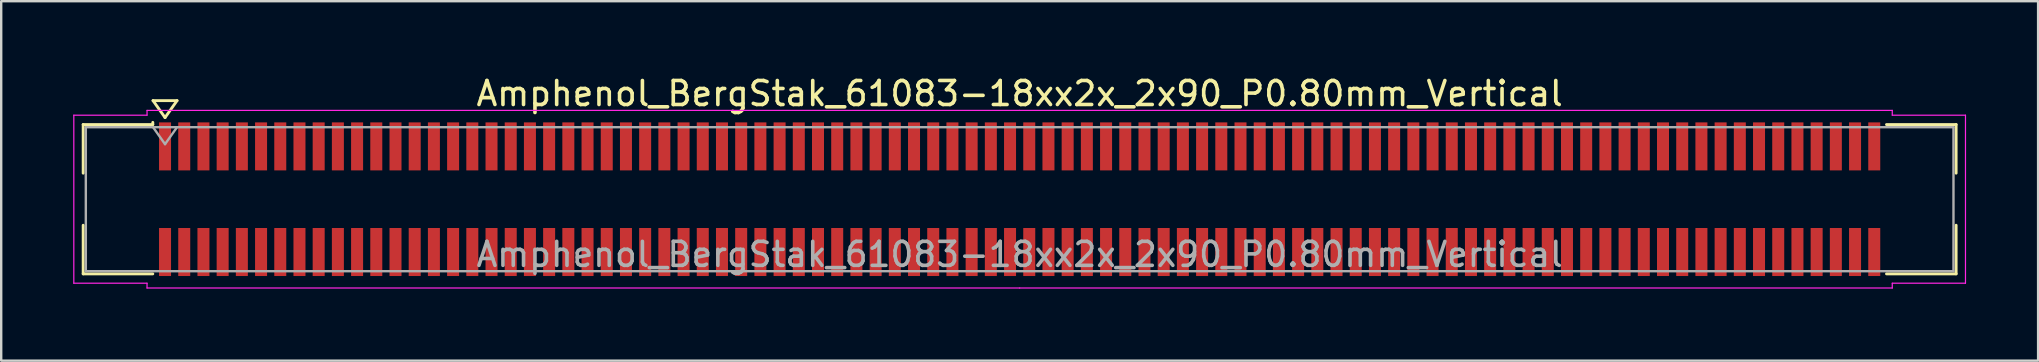
<source format=kicad_pcb>
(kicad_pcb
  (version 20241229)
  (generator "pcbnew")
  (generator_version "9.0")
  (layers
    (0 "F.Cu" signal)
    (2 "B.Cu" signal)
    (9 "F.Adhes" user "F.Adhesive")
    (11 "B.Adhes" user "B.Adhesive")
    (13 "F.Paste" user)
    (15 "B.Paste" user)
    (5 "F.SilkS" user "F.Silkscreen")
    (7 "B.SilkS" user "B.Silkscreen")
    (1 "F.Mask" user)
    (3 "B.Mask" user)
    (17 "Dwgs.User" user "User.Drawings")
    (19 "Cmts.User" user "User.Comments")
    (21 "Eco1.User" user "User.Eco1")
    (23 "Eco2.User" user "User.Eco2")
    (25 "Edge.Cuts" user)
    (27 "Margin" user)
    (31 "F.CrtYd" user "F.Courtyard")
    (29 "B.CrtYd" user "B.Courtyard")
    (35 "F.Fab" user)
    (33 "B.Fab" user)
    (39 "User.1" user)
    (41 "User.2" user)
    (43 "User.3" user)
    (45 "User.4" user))
  (footprint "Amphenol_BergStak_61083-18xx2x_2x90_P0.80mm_Vertical"
    (layer "F.Cu")
    (at 39.425 5.248)
    (property "Reference" "Amphenol_BergStak_61083-18xx2x_2x90_P0.80mm_Vertical" (at 0 -4.4 0) (layer "F.SilkS") (effects (font (size 1 1) (thickness 0.15))))
    (attr smd)
    (fp_line (start -39.01 -3.11) (end -36.11 -3.11) (stroke (width 0.12) (type solid)) (layer "F.SilkS"))
    (fp_line (start -39.01 -1.085) (end -39.01 -3.11) (stroke (width 0.12) (type solid)) (layer "F.SilkS"))
    (fp_line (start -39.01 1.085) (end -39.01 3.11) (stroke (width 0.12) (type solid)) (layer "F.SilkS"))
    (fp_line (start -39.01 3.11) (end -36.11 3.11) (stroke (width 0.12) (type solid)) (layer "F.SilkS"))
    (fp_line (start -36.11 -3.11) (end -36.11 -3.2) (stroke (width 0.12) (type solid)) (layer "F.SilkS"))
    (fp_line (start -36.1 -4.107) (end -35.6 -3.4) (stroke (width 0.12) (type solid)) (layer "F.SilkS"))
    (fp_line (start -35.6 -3.4) (end -35.1 -4.107) (stroke (width 0.12) (type solid)) (layer "F.SilkS"))
    (fp_line (start -35.1 -4.107) (end -36.1 -4.107) (stroke (width 0.12) (type solid)) (layer "F.SilkS"))
    (fp_line (start 39.01 -3.11) (end 36.11 -3.11) (stroke (width 0.12) (type solid)) (layer "F.SilkS"))
    (fp_line (start 39.01 -1.085) (end 39.01 -3.11) (stroke (width 0.12) (type solid)) (layer "F.SilkS"))
    (fp_line (start 39.01 1.085) (end 39.01 3.11) (stroke (width 0.12) (type solid)) (layer "F.SilkS"))
    (fp_line (start 39.01 3.11) (end 36.11 3.11) (stroke (width 0.12) (type solid)) (layer "F.SilkS"))
    (fp_line (start -39.4 -3.5) (end -39.4 3.5) (stroke (width 0.05) (type solid)) (layer "F.CrtYd"))
    (fp_line (start -39.4 3.5) (end -36.35 3.5) (stroke (width 0.05) (type solid)) (layer "F.CrtYd"))
    (fp_line (start -36.35 -3.7) (end -36.35 -3.5) (stroke (width 0.05) (type solid)) (layer "F.CrtYd"))
    (fp_line (start -36.35 -3.5) (end -39.4 -3.5) (stroke (width 0.05) (type solid)) (layer "F.CrtYd"))
    (fp_line (start -36.35 3.5) (end -36.35 3.7) (stroke (width 0.05) (type solid)) (layer "F.CrtYd"))
    (fp_line (start -36.35 3.7) (end 0 3.7) (stroke (width 0.05) (type solid)) (layer "F.CrtYd"))
    (fp_line (start 0 -3.7) (end -36.35 -3.7) (stroke (width 0.05) (type solid)) (layer "F.CrtYd"))
    (fp_line (start 0 -3.7) (end 36.35 -3.7) (stroke (width 0.05) (type solid)) (layer "F.CrtYd"))
    (fp_line (start 36.35 -3.7) (end 36.35 -3.5) (stroke (width 0.05) (type solid)) (layer "F.CrtYd"))
    (fp_line (start 36.35 -3.5) (end 39.4 -3.5) (stroke (width 0.05) (type solid)) (layer "F.CrtYd"))
    (fp_line (start 36.35 3.5) (end 36.35 3.7) (stroke (width 0.05) (type solid)) (layer "F.CrtYd"))
    (fp_line (start 36.35 3.7) (end 0 3.7) (stroke (width 0.05) (type solid)) (layer "F.CrtYd"))
    (fp_line (start 39.4 -3.5) (end 39.4 3.5) (stroke (width 0.05) (type solid)) (layer "F.CrtYd"))
    (fp_line (start 39.4 3.5) (end 36.35 3.5) (stroke (width 0.05) (type solid)) (layer "F.CrtYd"))
    (fp_line (start -38.9 -3) (end -38.9 3) (stroke (width 0.1) (type solid)) (layer "F.Fab"))
    (fp_line (start -38.9 3) (end 38.9 3) (stroke (width 0.1) (type solid)) (layer "F.Fab"))
    (fp_line (start -36.1 -3) (end -35.6 -2.293) (stroke (width 0.1) (type solid)) (layer "F.Fab"))
    (fp_line (start -35.6 -2.293) (end -35.1 -3) (stroke (width 0.1) (type solid)) (layer "F.Fab"))
    (fp_line (start 38.9 -3) (end -38.9 -3) (stroke (width 0.1) (type solid)) (layer "F.Fab"))
    (fp_line (start 38.9 3) (end 38.9 -3) (stroke (width 0.1) (type solid)) (layer "F.Fab"))
    (fp_text user "${REFERENCE}" (at 0 2.3 0) (layer "F.Fab") (effects (font (size 1 1) (thickness 0.15))))
    (pad "1" smd rect (at -35.6 -2.2) (size 0.5 2) (layers "F.Cu" "F.Mask" "F.Paste"))
    (pad "2" smd rect (at -35.6 2.2) (size 0.5 2) (layers "F.Cu" "F.Mask" "F.Paste"))
    (pad "3" smd rect (at -34.8 -2.2) (size 0.5 2) (layers "F.Cu" "F.Mask" "F.Paste"))
    (pad "4" smd rect (at -34.8 2.2) (size 0.5 2) (layers "F.Cu" "F.Mask" "F.Paste"))
    (pad "5" smd rect (at -34 -2.2) (size 0.5 2) (layers "F.Cu" "F.Mask" "F.Paste"))
    (pad "6" smd rect (at -34 2.2) (size 0.5 2) (layers "F.Cu" "F.Mask" "F.Paste"))
    (pad "7" smd rect (at -33.2 -2.2) (size 0.5 2) (layers "F.Cu" "F.Mask" "F.Paste"))
    (pad "8" smd rect (at -33.2 2.2) (size 0.5 2) (layers "F.Cu" "F.Mask" "F.Paste"))
    (pad "9" smd rect (at -32.4 -2.2) (size 0.5 2) (layers "F.Cu" "F.Mask" "F.Paste"))
    (pad "10" smd rect (at -32.4 2.2) (size 0.5 2) (layers "F.Cu" "F.Mask" "F.Paste"))
    (pad "11" smd rect (at -31.6 -2.2) (size 0.5 2) (layers "F.Cu" "F.Mask" "F.Paste"))
    (pad "12" smd rect (at -31.6 2.2) (size 0.5 2) (layers "F.Cu" "F.Mask" "F.Paste"))
    (pad "13" smd rect (at -30.8 -2.2) (size 0.5 2) (layers "F.Cu" "F.Mask" "F.Paste"))
    (pad "14" smd rect (at -30.8 2.2) (size 0.5 2) (layers "F.Cu" "F.Mask" "F.Paste"))
    (pad "15" smd rect (at -30 -2.2) (size 0.5 2) (layers "F.Cu" "F.Mask" "F.Paste"))
    (pad "16" smd rect (at -30 2.2) (size 0.5 2) (layers "F.Cu" "F.Mask" "F.Paste"))
    (pad "17" smd rect (at -29.2 -2.2) (size 0.5 2) (layers "F.Cu" "F.Mask" "F.Paste"))
    (pad "18" smd rect (at -29.2 2.2) (size 0.5 2) (layers "F.Cu" "F.Mask" "F.Paste"))
    (pad "19" smd rect (at -28.4 -2.2) (size 0.5 2) (layers "F.Cu" "F.Mask" "F.Paste"))
    (pad "20" smd rect (at -28.4 2.2) (size 0.5 2) (layers "F.Cu" "F.Mask" "F.Paste"))
    (pad "21" smd rect (at -27.6 -2.2) (size 0.5 2) (layers "F.Cu" "F.Mask" "F.Paste"))
    (pad "22" smd rect (at -27.6 2.2) (size 0.5 2) (layers "F.Cu" "F.Mask" "F.Paste"))
    (pad "23" smd rect (at -26.8 -2.2) (size 0.5 2) (layers "F.Cu" "F.Mask" "F.Paste"))
    (pad "24" smd rect (at -26.8 2.2) (size 0.5 2) (layers "F.Cu" "F.Mask" "F.Paste"))
    (pad "25" smd rect (at -26 -2.2) (size 0.5 2) (layers "F.Cu" "F.Mask" "F.Paste"))
    (pad "26" smd rect (at -26 2.2) (size 0.5 2) (layers "F.Cu" "F.Mask" "F.Paste"))
    (pad "27" smd rect (at -25.2 -2.2) (size 0.5 2) (layers "F.Cu" "F.Mask" "F.Paste"))
    (pad "28" smd rect (at -25.2 2.2) (size 0.5 2) (layers "F.Cu" "F.Mask" "F.Paste"))
    (pad "29" smd rect (at -24.4 -2.2) (size 0.5 2) (layers "F.Cu" "F.Mask" "F.Paste"))
    (pad "30" smd rect (at -24.4 2.2) (size 0.5 2) (layers "F.Cu" "F.Mask" "F.Paste"))
    (pad "31" smd rect (at -23.6 -2.2) (size 0.5 2) (layers "F.Cu" "F.Mask" "F.Paste"))
    (pad "32" smd rect (at -23.6 2.2) (size 0.5 2) (layers "F.Cu" "F.Mask" "F.Paste"))
    (pad "33" smd rect (at -22.8 -2.2) (size 0.5 2) (layers "F.Cu" "F.Mask" "F.Paste"))
    (pad "34" smd rect (at -22.8 2.2) (size 0.5 2) (layers "F.Cu" "F.Mask" "F.Paste"))
    (pad "35" smd rect (at -22 -2.2) (size 0.5 2) (layers "F.Cu" "F.Mask" "F.Paste"))
    (pad "36" smd rect (at -22 2.2) (size 0.5 2) (layers "F.Cu" "F.Mask" "F.Paste"))
    (pad "37" smd rect (at -21.2 -2.2) (size 0.5 2) (layers "F.Cu" "F.Mask" "F.Paste"))
    (pad "38" smd rect (at -21.2 2.2) (size 0.5 2) (layers "F.Cu" "F.Mask" "F.Paste"))
    (pad "39" smd rect (at -20.4 -2.2) (size 0.5 2) (layers "F.Cu" "F.Mask" "F.Paste"))
    (pad "40" smd rect (at -20.4 2.2) (size 0.5 2) (layers "F.Cu" "F.Mask" "F.Paste"))
    (pad "41" smd rect (at -19.6 -2.2) (size 0.5 2) (layers "F.Cu" "F.Mask" "F.Paste"))
    (pad "42" smd rect (at -19.6 2.2) (size 0.5 2) (layers "F.Cu" "F.Mask" "F.Paste"))
    (pad "43" smd rect (at -18.8 -2.2) (size 0.5 2) (layers "F.Cu" "F.Mask" "F.Paste"))
    (pad "44" smd rect (at -18.8 2.2) (size 0.5 2) (layers "F.Cu" "F.Mask" "F.Paste"))
    (pad "45" smd rect (at -18 -2.2) (size 0.5 2) (layers "F.Cu" "F.Mask" "F.Paste"))
    (pad "46" smd rect (at -18 2.2) (size 0.5 2) (layers "F.Cu" "F.Mask" "F.Paste"))
    (pad "47" smd rect (at -17.2 -2.2) (size 0.5 2) (layers "F.Cu" "F.Mask" "F.Paste"))
    (pad "48" smd rect (at -17.2 2.2) (size 0.5 2) (layers "F.Cu" "F.Mask" "F.Paste"))
    (pad "49" smd rect (at -16.4 -2.2) (size 0.5 2) (layers "F.Cu" "F.Mask" "F.Paste"))
    (pad "50" smd rect (at -16.4 2.2) (size 0.5 2) (layers "F.Cu" "F.Mask" "F.Paste"))
    (pad "51" smd rect (at -15.6 -2.2) (size 0.5 2) (layers "F.Cu" "F.Mask" "F.Paste"))
    (pad "52" smd rect (at -15.6 2.2) (size 0.5 2) (layers "F.Cu" "F.Mask" "F.Paste"))
    (pad "53" smd rect (at -14.8 -2.2) (size 0.5 2) (layers "F.Cu" "F.Mask" "F.Paste"))
    (pad "54" smd rect (at -14.8 2.2) (size 0.5 2) (layers "F.Cu" "F.Mask" "F.Paste"))
    (pad "55" smd rect (at -14 -2.2) (size 0.5 2) (layers "F.Cu" "F.Mask" "F.Paste"))
    (pad "56" smd rect (at -14 2.2) (size 0.5 2) (layers "F.Cu" "F.Mask" "F.Paste"))
    (pad "57" smd rect (at -13.2 -2.2) (size 0.5 2) (layers "F.Cu" "F.Mask" "F.Paste"))
    (pad "58" smd rect (at -13.2 2.2) (size 0.5 2) (layers "F.Cu" "F.Mask" "F.Paste"))
    (pad "59" smd rect (at -12.4 -2.2) (size 0.5 2) (layers "F.Cu" "F.Mask" "F.Paste"))
    (pad "60" smd rect (at -12.4 2.2) (size 0.5 2) (layers "F.Cu" "F.Mask" "F.Paste"))
    (pad "61" smd rect (at -11.6 -2.2) (size 0.5 2) (layers "F.Cu" "F.Mask" "F.Paste"))
    (pad "62" smd rect (at -11.6 2.2) (size 0.5 2) (layers "F.Cu" "F.Mask" "F.Paste"))
    (pad "63" smd rect (at -10.8 -2.2) (size 0.5 2) (layers "F.Cu" "F.Mask" "F.Paste"))
    (pad "64" smd rect (at -10.8 2.2) (size 0.5 2) (layers "F.Cu" "F.Mask" "F.Paste"))
    (pad "65" smd rect (at -10 -2.2) (size 0.5 2) (layers "F.Cu" "F.Mask" "F.Paste"))
    (pad "66" smd rect (at -10 2.2) (size 0.5 2) (layers "F.Cu" "F.Mask" "F.Paste"))
    (pad "67" smd rect (at -9.2 -2.2) (size 0.5 2) (layers "F.Cu" "F.Mask" "F.Paste"))
    (pad "68" smd rect (at -9.2 2.2) (size 0.5 2) (layers "F.Cu" "F.Mask" "F.Paste"))
    (pad "69" smd rect (at -8.4 -2.2) (size 0.5 2) (layers "F.Cu" "F.Mask" "F.Paste"))
    (pad "70" smd rect (at -8.4 2.2) (size 0.5 2) (layers "F.Cu" "F.Mask" "F.Paste"))
    (pad "71" smd rect (at -7.6 -2.2) (size 0.5 2) (layers "F.Cu" "F.Mask" "F.Paste"))
    (pad "72" smd rect (at -7.6 2.2) (size 0.5 2) (layers "F.Cu" "F.Mask" "F.Paste"))
    (pad "73" smd rect (at -6.8 -2.2) (size 0.5 2) (layers "F.Cu" "F.Mask" "F.Paste"))
    (pad "74" smd rect (at -6.8 2.2) (size 0.5 2) (layers "F.Cu" "F.Mask" "F.Paste"))
    (pad "75" smd rect (at -6 -2.2) (size 0.5 2) (layers "F.Cu" "F.Mask" "F.Paste"))
    (pad "76" smd rect (at -6 2.2) (size 0.5 2) (layers "F.Cu" "F.Mask" "F.Paste"))
    (pad "77" smd rect (at -5.2 -2.2) (size 0.5 2) (layers "F.Cu" "F.Mask" "F.Paste"))
    (pad "78" smd rect (at -5.2 2.2) (size 0.5 2) (layers "F.Cu" "F.Mask" "F.Paste"))
    (pad "79" smd rect (at -4.4 -2.2) (size 0.5 2) (layers "F.Cu" "F.Mask" "F.Paste"))
    (pad "80" smd rect (at -4.4 2.2) (size 0.5 2) (layers "F.Cu" "F.Mask" "F.Paste"))
    (pad "81" smd rect (at -3.6 -2.2) (size 0.5 2) (layers "F.Cu" "F.Mask" "F.Paste"))
    (pad "82" smd rect (at -3.6 2.2) (size 0.5 2) (layers "F.Cu" "F.Mask" "F.Paste"))
    (pad "83" smd rect (at -2.8 -2.2) (size 0.5 2) (layers "F.Cu" "F.Mask" "F.Paste"))
    (pad "84" smd rect (at -2.8 2.2) (size 0.5 2) (layers "F.Cu" "F.Mask" "F.Paste"))
    (pad "85" smd rect (at -2 -2.2) (size 0.5 2) (layers "F.Cu" "F.Mask" "F.Paste"))
    (pad "86" smd rect (at -2 2.2) (size 0.5 2) (layers "F.Cu" "F.Mask" "F.Paste"))
    (pad "87" smd rect (at -1.2 -2.2) (size 0.5 2) (layers "F.Cu" "F.Mask" "F.Paste"))
    (pad "88" smd rect (at -1.2 2.2) (size 0.5 2) (layers "F.Cu" "F.Mask" "F.Paste"))
    (pad "89" smd rect (at -0.4 -2.2) (size 0.5 2) (layers "F.Cu" "F.Mask" "F.Paste"))
    (pad "90" smd rect (at -0.4 2.2) (size 0.5 2) (layers "F.Cu" "F.Mask" "F.Paste"))
    (pad "91" smd rect (at 0.4 -2.2) (size 0.5 2) (layers "F.Cu" "F.Mask" "F.Paste"))
    (pad "92" smd rect (at 0.4 2.2) (size 0.5 2) (layers "F.Cu" "F.Mask" "F.Paste"))
    (pad "93" smd rect (at 1.2 -2.2) (size 0.5 2) (layers "F.Cu" "F.Mask" "F.Paste"))
    (pad "94" smd rect (at 1.2 2.2) (size 0.5 2) (layers "F.Cu" "F.Mask" "F.Paste"))
    (pad "95" smd rect (at 2 -2.2) (size 0.5 2) (layers "F.Cu" "F.Mask" "F.Paste"))
    (pad "96" smd rect (at 2 2.2) (size 0.5 2) (layers "F.Cu" "F.Mask" "F.Paste"))
    (pad "97" smd rect (at 2.8 -2.2) (size 0.5 2) (layers "F.Cu" "F.Mask" "F.Paste"))
    (pad "98" smd rect (at 2.8 2.2) (size 0.5 2) (layers "F.Cu" "F.Mask" "F.Paste"))
    (pad "99" smd rect (at 3.6 -2.2) (size 0.5 2) (layers "F.Cu" "F.Mask" "F.Paste"))
    (pad "100" smd rect (at 3.6 2.2) (size 0.5 2) (layers "F.Cu" "F.Mask" "F.Paste"))
    (pad "101" smd rect (at 4.4 -2.2) (size 0.5 2) (layers "F.Cu" "F.Mask" "F.Paste"))
    (pad "102" smd rect (at 4.4 2.2) (size 0.5 2) (layers "F.Cu" "F.Mask" "F.Paste"))
    (pad "103" smd rect (at 5.2 -2.2) (size 0.5 2) (layers "F.Cu" "F.Mask" "F.Paste"))
    (pad "104" smd rect (at 5.2 2.2) (size 0.5 2) (layers "F.Cu" "F.Mask" "F.Paste"))
    (pad "105" smd rect (at 6 -2.2) (size 0.5 2) (layers "F.Cu" "F.Mask" "F.Paste"))
    (pad "106" smd rect (at 6 2.2) (size 0.5 2) (layers "F.Cu" "F.Mask" "F.Paste"))
    (pad "107" smd rect (at 6.8 -2.2) (size 0.5 2) (layers "F.Cu" "F.Mask" "F.Paste"))
    (pad "108" smd rect (at 6.8 2.2) (size 0.5 2) (layers "F.Cu" "F.Mask" "F.Paste"))
    (pad "109" smd rect (at 7.6 -2.2) (size 0.5 2) (layers "F.Cu" "F.Mask" "F.Paste"))
    (pad "110" smd rect (at 7.6 2.2) (size 0.5 2) (layers "F.Cu" "F.Mask" "F.Paste"))
    (pad "111" smd rect (at 8.4 -2.2) (size 0.5 2) (layers "F.Cu" "F.Mask" "F.Paste"))
    (pad "112" smd rect (at 8.4 2.2) (size 0.5 2) (layers "F.Cu" "F.Mask" "F.Paste"))
    (pad "113" smd rect (at 9.2 -2.2) (size 0.5 2) (layers "F.Cu" "F.Mask" "F.Paste"))
    (pad "114" smd rect (at 9.2 2.2) (size 0.5 2) (layers "F.Cu" "F.Mask" "F.Paste"))
    (pad "115" smd rect (at 10 -2.2) (size 0.5 2) (layers "F.Cu" "F.Mask" "F.Paste"))
    (pad "116" smd rect (at 10 2.2) (size 0.5 2) (layers "F.Cu" "F.Mask" "F.Paste"))
    (pad "117" smd rect (at 10.8 -2.2) (size 0.5 2) (layers "F.Cu" "F.Mask" "F.Paste"))
    (pad "118" smd rect (at 10.8 2.2) (size 0.5 2) (layers "F.Cu" "F.Mask" "F.Paste"))
    (pad "119" smd rect (at 11.6 -2.2) (size 0.5 2) (layers "F.Cu" "F.Mask" "F.Paste"))
    (pad "120" smd rect (at 11.6 2.2) (size 0.5 2) (layers "F.Cu" "F.Mask" "F.Paste"))
    (pad "121" smd rect (at 12.4 -2.2) (size 0.5 2) (layers "F.Cu" "F.Mask" "F.Paste"))
    (pad "122" smd rect (at 12.4 2.2) (size 0.5 2) (layers "F.Cu" "F.Mask" "F.Paste"))
    (pad "123" smd rect (at 13.2 -2.2) (size 0.5 2) (layers "F.Cu" "F.Mask" "F.Paste"))
    (pad "124" smd rect (at 13.2 2.2) (size 0.5 2) (layers "F.Cu" "F.Mask" "F.Paste"))
    (pad "125" smd rect (at 14 -2.2) (size 0.5 2) (layers "F.Cu" "F.Mask" "F.Paste"))
    (pad "126" smd rect (at 14 2.2) (size 0.5 2) (layers "F.Cu" "F.Mask" "F.Paste"))
    (pad "127" smd rect (at 14.8 -2.2) (size 0.5 2) (layers "F.Cu" "F.Mask" "F.Paste"))
    (pad "128" smd rect (at 14.8 2.2) (size 0.5 2) (layers "F.Cu" "F.Mask" "F.Paste"))
    (pad "129" smd rect (at 15.6 -2.2) (size 0.5 2) (layers "F.Cu" "F.Mask" "F.Paste"))
    (pad "130" smd rect (at 15.6 2.2) (size 0.5 2) (layers "F.Cu" "F.Mask" "F.Paste"))
    (pad "131" smd rect (at 16.4 -2.2) (size 0.5 2) (layers "F.Cu" "F.Mask" "F.Paste"))
    (pad "132" smd rect (at 16.4 2.2) (size 0.5 2) (layers "F.Cu" "F.Mask" "F.Paste"))
    (pad "133" smd rect (at 17.2 -2.2) (size 0.5 2) (layers "F.Cu" "F.Mask" "F.Paste"))
    (pad "134" smd rect (at 17.2 2.2) (size 0.5 2) (layers "F.Cu" "F.Mask" "F.Paste"))
    (pad "135" smd rect (at 18 -2.2) (size 0.5 2) (layers "F.Cu" "F.Mask" "F.Paste"))
    (pad "136" smd rect (at 18 2.2) (size 0.5 2) (layers "F.Cu" "F.Mask" "F.Paste"))
    (pad "137" smd rect (at 18.8 -2.2) (size 0.5 2) (layers "F.Cu" "F.Mask" "F.Paste"))
    (pad "138" smd rect (at 18.8 2.2) (size 0.5 2) (layers "F.Cu" "F.Mask" "F.Paste"))
    (pad "139" smd rect (at 19.6 -2.2) (size 0.5 2) (layers "F.Cu" "F.Mask" "F.Paste"))
    (pad "140" smd rect (at 19.6 2.2) (size 0.5 2) (layers "F.Cu" "F.Mask" "F.Paste"))
    (pad "141" smd rect (at 20.4 -2.2) (size 0.5 2) (layers "F.Cu" "F.Mask" "F.Paste"))
    (pad "142" smd rect (at 20.4 2.2) (size 0.5 2) (layers "F.Cu" "F.Mask" "F.Paste"))
    (pad "143" smd rect (at 21.2 -2.2) (size 0.5 2) (layers "F.Cu" "F.Mask" "F.Paste"))
    (pad "144" smd rect (at 21.2 2.2) (size 0.5 2) (layers "F.Cu" "F.Mask" "F.Paste"))
    (pad "145" smd rect (at 22 -2.2) (size 0.5 2) (layers "F.Cu" "F.Mask" "F.Paste"))
    (pad "146" smd rect (at 22 2.2) (size 0.5 2) (layers "F.Cu" "F.Mask" "F.Paste"))
    (pad "147" smd rect (at 22.8 -2.2) (size 0.5 2) (layers "F.Cu" "F.Mask" "F.Paste"))
    (pad "148" smd rect (at 22.8 2.2) (size 0.5 2) (layers "F.Cu" "F.Mask" "F.Paste"))
    (pad "149" smd rect (at 23.6 -2.2) (size 0.5 2) (layers "F.Cu" "F.Mask" "F.Paste"))
    (pad "150" smd rect (at 23.6 2.2) (size 0.5 2) (layers "F.Cu" "F.Mask" "F.Paste"))
    (pad "151" smd rect (at 24.4 -2.2) (size 0.5 2) (layers "F.Cu" "F.Mask" "F.Paste"))
    (pad "152" smd rect (at 24.4 2.2) (size 0.5 2) (layers "F.Cu" "F.Mask" "F.Paste"))
    (pad "153" smd rect (at 25.2 -2.2) (size 0.5 2) (layers "F.Cu" "F.Mask" "F.Paste"))
    (pad "154" smd rect (at 25.2 2.2) (size 0.5 2) (layers "F.Cu" "F.Mask" "F.Paste"))
    (pad "155" smd rect (at 26 -2.2) (size 0.5 2) (layers "F.Cu" "F.Mask" "F.Paste"))
    (pad "156" smd rect (at 26 2.2) (size 0.5 2) (layers "F.Cu" "F.Mask" "F.Paste"))
    (pad "157" smd rect (at 26.8 -2.2) (size 0.5 2) (layers "F.Cu" "F.Mask" "F.Paste"))
    (pad "158" smd rect (at 26.8 2.2) (size 0.5 2) (layers "F.Cu" "F.Mask" "F.Paste"))
    (pad "159" smd rect (at 27.6 -2.2) (size 0.5 2) (layers "F.Cu" "F.Mask" "F.Paste"))
    (pad "160" smd rect (at 27.6 2.2) (size 0.5 2) (layers "F.Cu" "F.Mask" "F.Paste"))
    (pad "161" smd rect (at 28.4 -2.2) (size 0.5 2) (layers "F.Cu" "F.Mask" "F.Paste"))
    (pad "162" smd rect (at 28.4 2.2) (size 0.5 2) (layers "F.Cu" "F.Mask" "F.Paste"))
    (pad "163" smd rect (at 29.2 -2.2) (size 0.5 2) (layers "F.Cu" "F.Mask" "F.Paste"))
    (pad "164" smd rect (at 29.2 2.2) (size 0.5 2) (layers "F.Cu" "F.Mask" "F.Paste"))
    (pad "165" smd rect (at 30 -2.2) (size 0.5 2) (layers "F.Cu" "F.Mask" "F.Paste"))
    (pad "166" smd rect (at 30 2.2) (size 0.5 2) (layers "F.Cu" "F.Mask" "F.Paste"))
    (pad "167" smd rect (at 30.8 -2.2) (size 0.5 2) (layers "F.Cu" "F.Mask" "F.Paste"))
    (pad "168" smd rect (at 30.8 2.2) (size 0.5 2) (layers "F.Cu" "F.Mask" "F.Paste"))
    (pad "169" smd rect (at 31.6 -2.2) (size 0.5 2) (layers "F.Cu" "F.Mask" "F.Paste"))
    (pad "170" smd rect (at 31.6 2.2) (size 0.5 2) (layers "F.Cu" "F.Mask" "F.Paste"))
    (pad "171" smd rect (at 32.4 -2.2) (size 0.5 2) (layers "F.Cu" "F.Mask" "F.Paste"))
    (pad "172" smd rect (at 32.4 2.2) (size 0.5 2) (layers "F.Cu" "F.Mask" "F.Paste"))
    (pad "173" smd rect (at 33.2 -2.2) (size 0.5 2) (layers "F.Cu" "F.Mask" "F.Paste"))
    (pad "174" smd rect (at 33.2 2.2) (size 0.5 2) (layers "F.Cu" "F.Mask" "F.Paste"))
    (pad "175" smd rect (at 34 -2.2) (size 0.5 2) (layers "F.Cu" "F.Mask" "F.Paste"))
    (pad "176" smd rect (at 34 2.2) (size 0.5 2) (layers "F.Cu" "F.Mask" "F.Paste"))
    (pad "177" smd rect (at 34.8 -2.2) (size 0.5 2) (layers "F.Cu" "F.Mask" "F.Paste"))
    (pad "178" smd rect (at 34.8 2.2) (size 0.5 2) (layers "F.Cu" "F.Mask" "F.Paste"))
    (pad "179" smd rect (at 35.6 -2.2) (size 0.5 2) (layers "F.Cu" "F.Mask" "F.Paste"))
    (pad "180" smd rect (at 35.6 2.2) (size 0.5 2) (layers "F.Cu" "F.Mask" "F.Paste")))
  (gr_rect
    (start -3 -3)
    (end 81.85 11.973)
    (stroke (width 0.1) (type default))
    (fill no)
    (layer "Edge.Cuts")))
</source>
